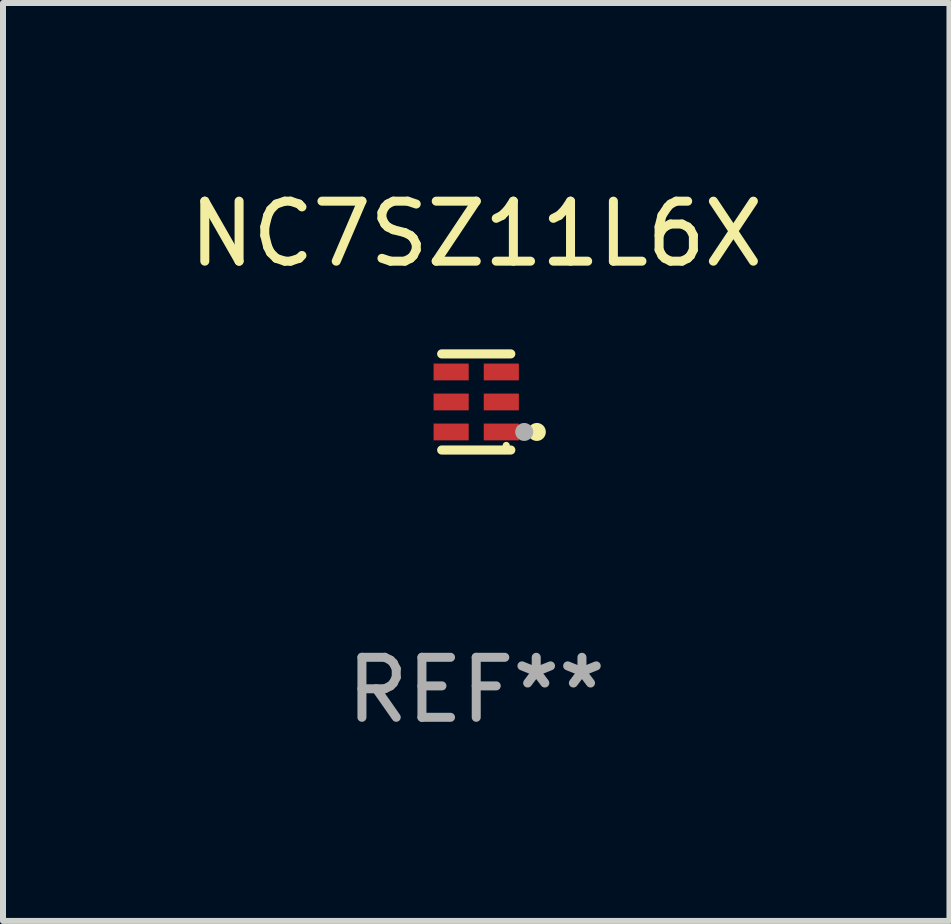
<source format=kicad_pcb>
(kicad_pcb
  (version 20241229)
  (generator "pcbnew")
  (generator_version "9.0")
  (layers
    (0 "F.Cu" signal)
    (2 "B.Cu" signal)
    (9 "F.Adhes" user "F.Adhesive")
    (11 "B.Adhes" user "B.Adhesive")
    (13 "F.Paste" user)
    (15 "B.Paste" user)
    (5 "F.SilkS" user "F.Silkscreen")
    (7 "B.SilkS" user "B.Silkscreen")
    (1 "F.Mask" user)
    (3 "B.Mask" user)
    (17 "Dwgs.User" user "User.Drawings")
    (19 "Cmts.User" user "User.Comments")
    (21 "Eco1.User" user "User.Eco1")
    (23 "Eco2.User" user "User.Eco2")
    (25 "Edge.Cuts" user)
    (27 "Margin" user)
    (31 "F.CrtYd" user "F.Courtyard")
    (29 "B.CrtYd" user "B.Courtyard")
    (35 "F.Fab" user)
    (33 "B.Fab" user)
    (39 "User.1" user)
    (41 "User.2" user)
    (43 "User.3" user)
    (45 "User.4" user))
  (footprint "NC7SZ11L6X"
    (layer "F.Cu")
    (at 4.887 3.649)
    (property "Reference" "NC7SZ11L6X" (at 0 -2.801 0) (layer "F.SilkS") (effects (font (size 1 1) (thickness 0.15))))
    (attr through_hole)
    (fp_line (start 0.576 -0.801) (end -0.576 -0.801) (stroke (width 0.152) (type solid)) (layer "F.SilkS"))
    (fp_line (start 0.576 0.801) (end -0.576 0.801) (stroke (width 0.152) (type solid)) (layer "F.SilkS"))
    (fp_circle (center 0.5 0.725) (end 0.53 0.725) (stroke (width 0.06) (type solid)) (fill no) (layer "F.SilkS"))
    (fp_circle (center 1.01 0.5) (end 1.085 0.5) (stroke (width 0.15) (type solid)) (fill no) (layer "F.SilkS"))
    (fp_circle (center 0.8 0.5) (end 0.875 0.5) (stroke (width 0.15) (type solid)) (fill no) (layer "F.Fab"))
    (fp_text user "REF**" (at 0 4.801 0) (layer "F.Fab") (effects (font (size 1 1) (thickness 0.15))))
    (pad "1" smd rect (at 0.418 0.5 90) (size 0.28 0.585) (layers "F.Cu" "F.Mask" "F.Paste"))
    (pad "2" smd rect (at 0.418 0 90) (size 0.28 0.585) (layers "F.Cu" "F.Mask" "F.Paste"))
    (pad "3" smd rect (at 0.418 -0.5 90) (size 0.28 0.585) (layers "F.Cu" "F.Mask" "F.Paste"))
    (pad "4" smd rect (at -0.418 -0.5 90) (size 0.28 0.585) (layers "F.Cu" "F.Mask" "F.Paste"))
    (pad "5" smd rect (at -0.418 0 90) (size 0.28 0.585) (layers "F.Cu" "F.Mask" "F.Paste"))
    (pad "6" smd rect (at -0.418 0.5 90) (size 0.28 0.585) (layers "F.Cu" "F.Mask" "F.Paste")))
  (gr_rect
    (start -3 -3)
    (end 12.774 12.299)
    (stroke (width 0.1) (type default))
    (fill no)
    (layer "Edge.Cuts")))
</source>
